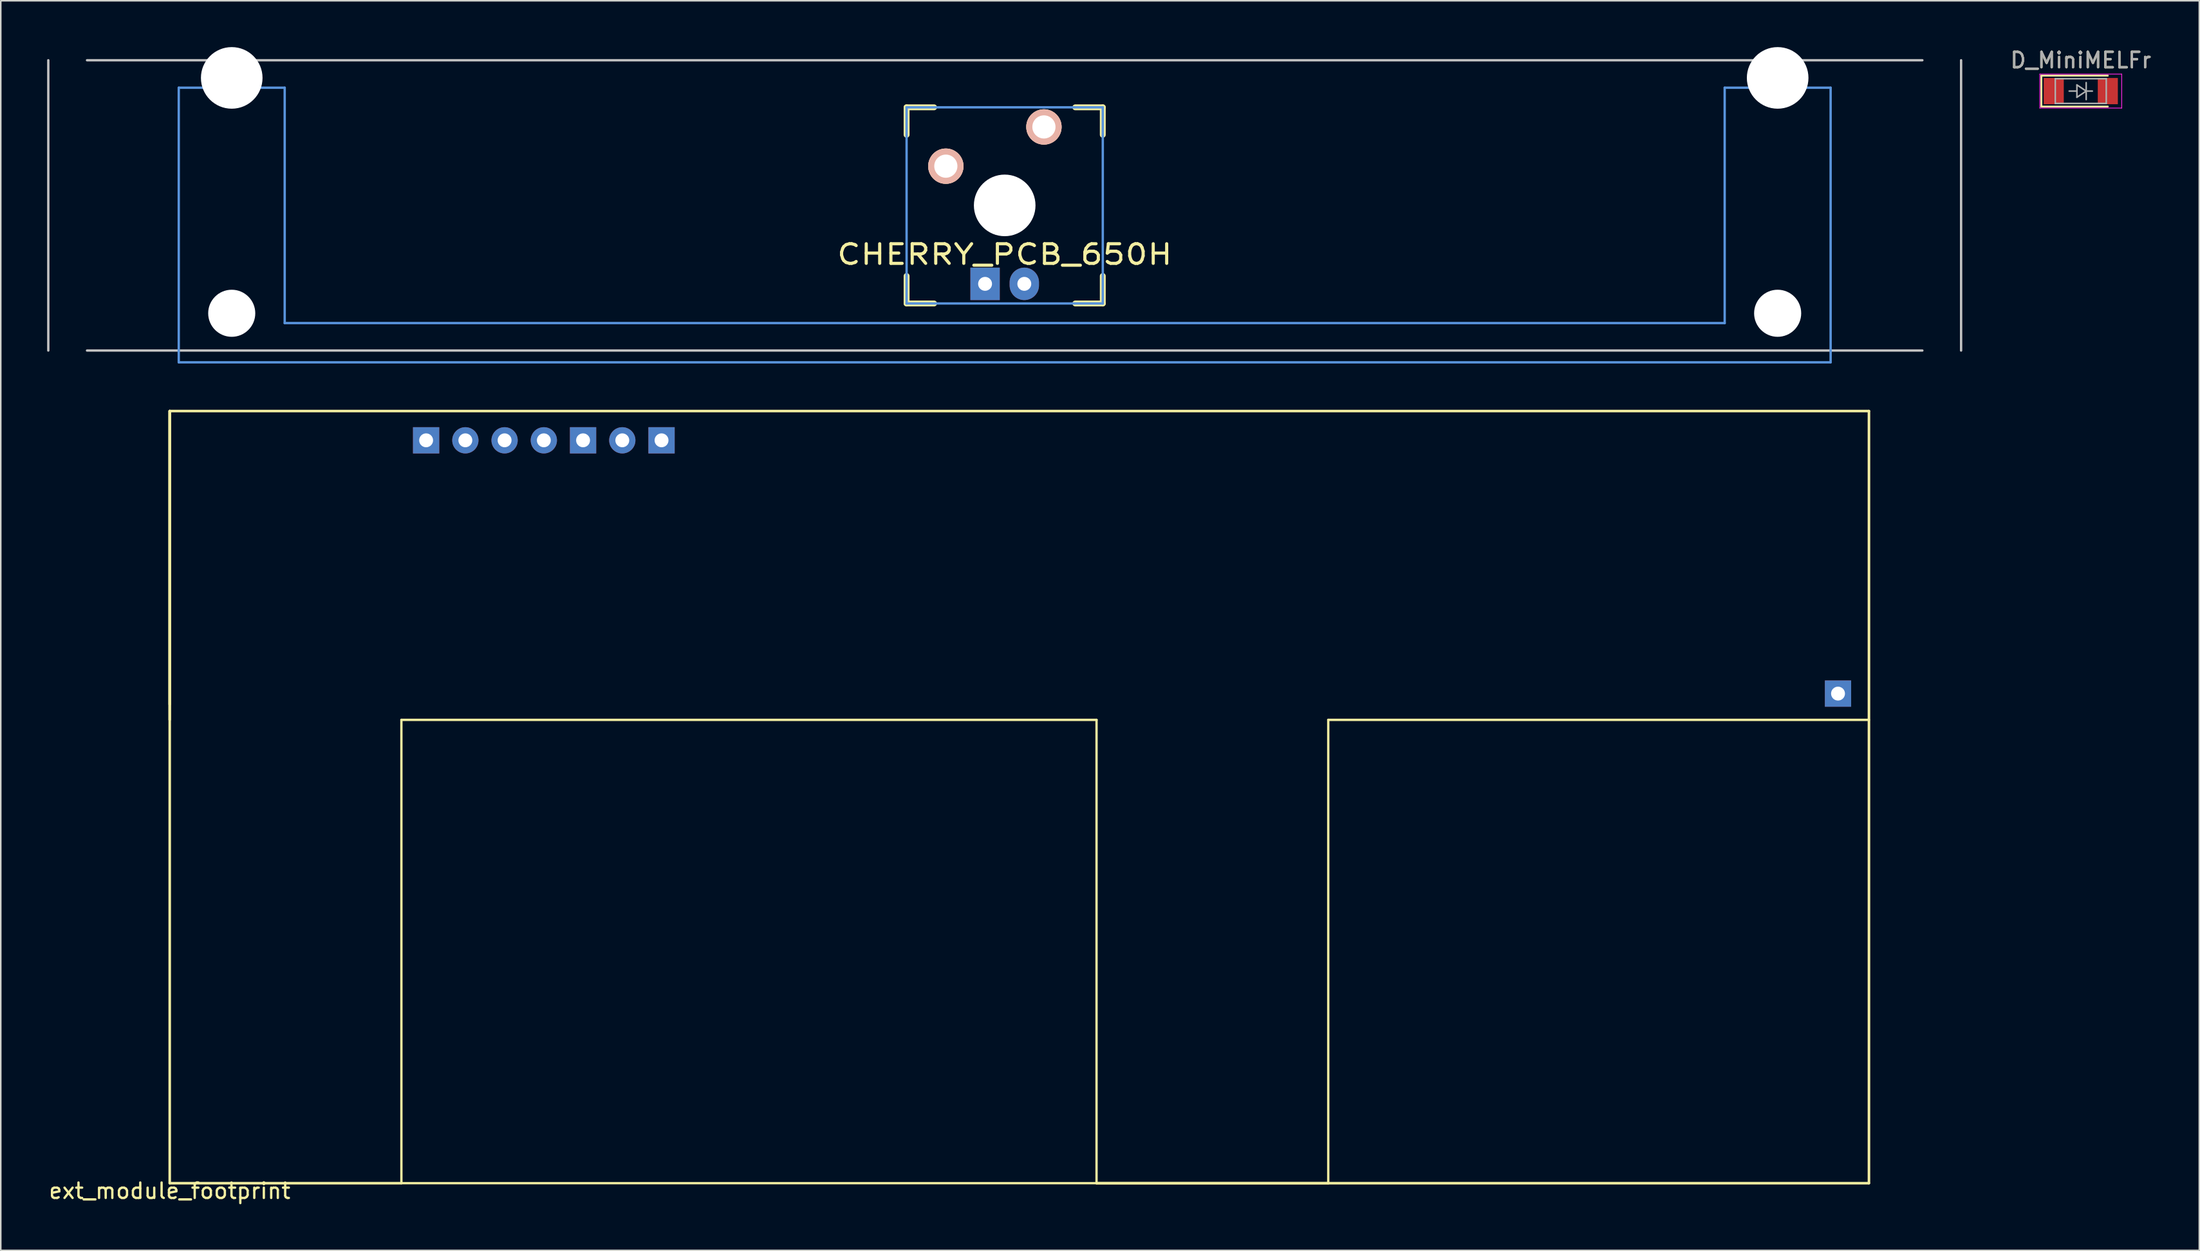
<source format=kicad_pcb>
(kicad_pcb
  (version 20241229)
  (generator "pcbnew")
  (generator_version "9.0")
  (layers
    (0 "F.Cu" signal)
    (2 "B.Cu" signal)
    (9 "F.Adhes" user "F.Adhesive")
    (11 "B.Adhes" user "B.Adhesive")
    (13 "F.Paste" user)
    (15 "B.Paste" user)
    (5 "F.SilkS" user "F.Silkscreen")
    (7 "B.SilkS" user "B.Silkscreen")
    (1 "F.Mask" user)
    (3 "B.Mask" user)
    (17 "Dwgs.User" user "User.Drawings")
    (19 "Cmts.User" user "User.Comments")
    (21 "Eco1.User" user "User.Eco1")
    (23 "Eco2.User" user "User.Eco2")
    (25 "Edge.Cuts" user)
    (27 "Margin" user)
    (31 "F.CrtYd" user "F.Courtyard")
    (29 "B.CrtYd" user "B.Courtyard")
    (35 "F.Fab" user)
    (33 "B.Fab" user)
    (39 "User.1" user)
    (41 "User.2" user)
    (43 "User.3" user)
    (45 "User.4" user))
  (footprint "D_MiniMELFr"
    (layer "F.Cu")
    (at 131.65 2.848)
    (property "Reference" "D_MiniMELFr" (at 0 -2 0) (layer "F.SilkS") (effects (font (size 1 1) (thickness 0.15))))
    (attr smd)
    (fp_line (start -2.55 -1) (end -2.55 1) (stroke (width 0.12) (type solid)) (layer "F.SilkS"))
    (fp_line (start -2.55 1) (end 1.75 1) (stroke (width 0.12) (type solid)) (layer "F.SilkS"))
    (fp_line (start 1.75 -1) (end -2.55 -1) (stroke (width 0.12) (type solid)) (layer "F.SilkS"))
    (fp_line (start -2.65 -1.1) (end 2.65 -1.1) (stroke (width 0.05) (type solid)) (layer "F.CrtYd"))
    (fp_line (start -2.65 1.1) (end -2.65 -1.1) (stroke (width 0.05) (type solid)) (layer "F.CrtYd"))
    (fp_line (start 2.65 -1.1) (end 2.65 1.1) (stroke (width 0.05) (type solid)) (layer "F.CrtYd"))
    (fp_line (start 2.65 1.1) (end -2.65 1.1) (stroke (width 0.05) (type solid)) (layer "F.CrtYd"))
    (fp_line (start -1.65 -0.8) (end 1.65 -0.8) (stroke (width 0.1) (type solid)) (layer "F.Fab"))
    (fp_line (start -1.65 0.8) (end -1.65 -0.8) (stroke (width 0.1) (type solid)) (layer "F.Fab"))
    (fp_line (start -0.25 -0.4) (end 0.35 0) (stroke (width 0.1) (type solid)) (layer "F.Fab"))
    (fp_line (start -0.25 0) (end -0.75 0) (stroke (width 0.1) (type solid)) (layer "F.Fab"))
    (fp_line (start -0.25 0.4) (end -0.25 -0.4) (stroke (width 0.1) (type solid)) (layer "F.Fab"))
    (fp_line (start 0.35 0) (end -0.25 0.4) (stroke (width 0.1) (type solid)) (layer "F.Fab"))
    (fp_line (start 0.35 0) (end 0.35 -0.55) (stroke (width 0.1) (type solid)) (layer "F.Fab"))
    (fp_line (start 0.35 0) (end 0.35 0.55) (stroke (width 0.1) (type solid)) (layer "F.Fab"))
    (fp_line (start 0.75 0) (end 0.35 0) (stroke (width 0.1) (type solid)) (layer "F.Fab"))
    (fp_line (start 1.65 -0.8) (end 1.65 0.8) (stroke (width 0.1) (type solid)) (layer "F.Fab"))
    (fp_line (start 1.65 0.8) (end -1.65 0.8) (stroke (width 0.1) (type solid)) (layer "F.Fab"))
    (fp_text user "${REFERENCE}" (at 0 -2 0) (layer "F.Fab") (effects (font (size 1 1) (thickness 0.15))))
    (pad "1" smd rect (at -1.75 0) (size 1.3 1.7) (layers "F.Cu" "F.Mask" "F.Paste"))
    (pad "2" smd rect (at 1.75 0) (size 1.3 1.7) (layers "F.Cu" "F.Mask" "F.Paste")))
  (footprint "CHERRY_PCB_650H"
    (layer "F.Cu")
    (at 61.989 10.249)
    (property "Reference" "CHERRY_PCB_650H" (at 0 3.175 0) (layer "F.SilkS") (effects (font (size 1.27 1.524) (thickness 0.203))))
    (attr through_hole)
    (fp_line (start -6.35 -6.35) (end -4.572 -6.35) (stroke (width 0.381) (type solid)) (layer "F.SilkS"))
    (fp_line (start -6.35 -4.572) (end -6.35 -6.35) (stroke (width 0.381) (type solid)) (layer "F.SilkS"))
    (fp_line (start -6.35 6.35) (end -6.35 4.572) (stroke (width 0.381) (type solid)) (layer "F.SilkS"))
    (fp_line (start -4.572 6.35) (end -6.35 6.35) (stroke (width 0.381) (type solid)) (layer "F.SilkS"))
    (fp_line (start 4.572 -6.35) (end 6.35 -6.35) (stroke (width 0.381) (type solid)) (layer "F.SilkS"))
    (fp_line (start 6.35 -6.35) (end 6.35 -4.572) (stroke (width 0.381) (type solid)) (layer "F.SilkS"))
    (fp_line (start 6.35 4.572) (end 6.35 6.35) (stroke (width 0.381) (type solid)) (layer "F.SilkS"))
    (fp_line (start 6.35 6.35) (end 4.572 6.35) (stroke (width 0.381) (type solid)) (layer "F.SilkS"))
    (fp_line (start -61.913 9.398) (end -61.913 -9.398) (stroke (width 0.152) (type solid)) (layer "Dwgs.User"))
    (fp_line (start -59.406 -9.398) (end 59.406 -9.398) (stroke (width 0.152) (type solid)) (layer "Dwgs.User"))
    (fp_line (start 59.406 9.398) (end -59.406 9.398) (stroke (width 0.152) (type solid)) (layer "Dwgs.User"))
    (fp_line (start 61.913 -9.398) (end 61.913 9.398) (stroke (width 0.152) (type solid)) (layer "Dwgs.User"))
    (fp_line (start -53.467 -7.62) (end -53.467 10.16) (stroke (width 0.152) (type solid)) (layer "Cmts.User"))
    (fp_line (start -53.467 10.16) (end 53.467 10.16) (stroke (width 0.152) (type solid)) (layer "Cmts.User"))
    (fp_line (start -46.609 -7.62) (end -53.467 -7.62) (stroke (width 0.152) (type solid)) (layer "Cmts.User"))
    (fp_line (start -46.609 7.62) (end -46.609 -7.62) (stroke (width 0.152) (type solid)) (layer "Cmts.User"))
    (fp_line (start -6.35 -6.35) (end 6.35 -6.35) (stroke (width 0.152) (type solid)) (layer "Cmts.User"))
    (fp_line (start -6.35 6.35) (end -6.35 -6.35) (stroke (width 0.152) (type solid)) (layer "Cmts.User"))
    (fp_line (start 6.35 -6.35) (end 6.35 6.35) (stroke (width 0.152) (type solid)) (layer "Cmts.User"))
    (fp_line (start 6.35 6.35) (end -6.35 6.35) (stroke (width 0.152) (type solid)) (layer "Cmts.User"))
    (fp_line (start 46.609 -7.62) (end 46.609 7.62) (stroke (width 0.152) (type solid)) (layer "Cmts.User"))
    (fp_line (start 46.609 7.62) (end -46.609 7.62) (stroke (width 0.152) (type solid)) (layer "Cmts.User"))
    (fp_line (start 53.467 -7.62) (end 46.609 -7.62) (stroke (width 0.152) (type solid)) (layer "Cmts.User"))
    (fp_line (start 53.467 10.16) (end 53.467 -7.62) (stroke (width 0.152) (type solid)) (layer "Cmts.User"))
    (fp_line (start -54.229 -2.286) (end -53.365 -2.286) (stroke (width 0.152) (type solid)) (layer "Eco2.User"))
    (fp_line (start -54.229 0.508) (end -54.229 -2.286) (stroke (width 0.152) (type solid)) (layer "Eco2.User"))
    (fp_line (start -53.365 -5.69) (end -46.711 -5.69) (stroke (width 0.152) (type solid)) (layer "Eco2.User"))
    (fp_line (start -53.365 -2.286) (end -53.365 -5.69) (stroke (width 0.152) (type solid)) (layer "Eco2.User"))
    (fp_line (start -53.365 0.508) (end -54.229 0.508) (stroke (width 0.152) (type solid)) (layer "Eco2.User"))
    (fp_line (start -53.365 6.604) (end -53.365 0.508) (stroke (width 0.152) (type solid)) (layer "Eco2.User"))
    (fp_line (start -52.324 6.604) (end -53.365 6.604) (stroke (width 0.152) (type solid)) (layer "Eco2.User"))
    (fp_line (start -52.324 7.772) (end -52.324 6.604) (stroke (width 0.152) (type solid)) (layer "Eco2.User"))
    (fp_line (start -47.752 6.604) (end -47.752 7.772) (stroke (width 0.152) (type solid)) (layer "Eco2.User"))
    (fp_line (start -47.752 7.772) (end -52.324 7.772) (stroke (width 0.152) (type solid)) (layer "Eco2.User"))
    (fp_line (start -46.711 -5.69) (end -46.711 -2.286) (stroke (width 0.152) (type solid)) (layer "Eco2.User"))
    (fp_line (start -46.711 -2.286) (end -6.985 -2.286) (stroke (width 0.152) (type solid)) (layer "Eco2.User"))
    (fp_line (start -46.711 2.286) (end -46.711 6.604) (stroke (width 0.152) (type solid)) (layer "Eco2.User"))
    (fp_line (start -46.711 6.604) (end -47.752 6.604) (stroke (width 0.152) (type solid)) (layer "Eco2.User"))
    (fp_line (start -6.985 -6.985) (end 6.985 -6.985) (stroke (width 0.152) (type solid)) (layer "Eco2.User"))
    (fp_line (start -6.985 -2.286) (end -6.985 -6.985) (stroke (width 0.152) (type solid)) (layer "Eco2.User"))
    (fp_line (start -6.985 2.286) (end -46.711 2.286) (stroke (width 0.152) (type solid)) (layer "Eco2.User"))
    (fp_line (start -6.985 6.985) (end -6.985 2.286) (stroke (width 0.152) (type solid)) (layer "Eco2.User"))
    (fp_line (start 6.985 -6.985) (end 6.985 -2.286) (stroke (width 0.152) (type solid)) (layer "Eco2.User"))
    (fp_line (start 6.985 -2.286) (end 46.711 -2.286) (stroke (width 0.152) (type solid)) (layer "Eco2.User"))
    (fp_line (start 6.985 2.286) (end 6.985 6.985) (stroke (width 0.152) (type solid)) (layer "Eco2.User"))
    (fp_line (start 6.985 6.985) (end -6.985 6.985) (stroke (width 0.152) (type solid)) (layer "Eco2.User"))
    (fp_line (start 46.711 -5.69) (end 53.365 -5.69) (stroke (width 0.152) (type solid)) (layer "Eco2.User"))
    (fp_line (start 46.711 -2.286) (end 46.711 -5.69) (stroke (width 0.152) (type solid)) (layer "Eco2.User"))
    (fp_line (start 46.711 2.286) (end 6.985 2.286) (stroke (width 0.152) (type solid)) (layer "Eco2.User"))
    (fp_line (start 46.711 6.604) (end 46.711 2.286) (stroke (width 0.152) (type solid)) (layer "Eco2.User"))
    (fp_line (start 47.752 6.604) (end 46.711 6.604) (stroke (width 0.152) (type solid)) (layer "Eco2.User"))
    (fp_line (start 47.752 7.772) (end 47.752 6.604) (stroke (width 0.152) (type solid)) (layer "Eco2.User"))
    (fp_line (start 52.324 6.604) (end 52.324 7.772) (stroke (width 0.152) (type solid)) (layer "Eco2.User"))
    (fp_line (start 52.324 7.772) (end 47.752 7.772) (stroke (width 0.152) (type solid)) (layer "Eco2.User"))
    (fp_line (start 53.365 -5.69) (end 53.365 -2.286) (stroke (width 0.152) (type solid)) (layer "Eco2.User"))
    (fp_line (start 53.365 -2.286) (end 54.229 -2.286) (stroke (width 0.152) (type solid)) (layer "Eco2.User"))
    (fp_line (start 53.365 0.508) (end 53.365 6.604) (stroke (width 0.152) (type solid)) (layer "Eco2.User"))
    (fp_line (start 53.365 6.604) (end 52.324 6.604) (stroke (width 0.152) (type solid)) (layer "Eco2.User"))
    (fp_line (start 54.229 -2.286) (end 54.229 0.508) (stroke (width 0.152) (type solid)) (layer "Eco2.User"))
    (fp_line (start 54.229 0.508) (end 53.365 0.508) (stroke (width 0.152) (type solid)) (layer "Eco2.User"))
    (pad "" np_thru_hole circle (at -50.038 -8.255) (size 3.988 3.988) (drill 3.988) (layers "*.Cu"))
    (pad "" np_thru_hole circle (at -50.038 6.985) (size 3.048 3.048) (drill 3.048) (layers "*.Cu"))
    (pad "" np_thru_hole circle (at 0 0) (size 3.988 3.988) (drill 3.988) (layers "*.Cu"))
    (pad "" np_thru_hole circle (at 50.038 -8.255) (size 3.988 3.988) (drill 3.988) (layers "*.Cu"))
    (pad "" np_thru_hole circle (at 50.038 6.985) (size 3.048 3.048) (drill 3.048) (layers "*.Cu"))
    (pad "1" thru_hole circle (at 2.54 -5.08) (size 2.286 2.286) (drill 1.499) (layers "*.Cu" "*.SilkS" "*.Mask"))
    (pad "2" thru_hole circle (at -3.81 -2.54) (size 2.286 2.286) (drill 1.499) (layers "*.Cu" "*.SilkS" "*.Mask"))
    (pad "3" thru_hole oval (at 1.27 5.08) (size 1.9 2.1) (drill 0.9) (layers "*.Cu" "*.Mask"))
    (pad "4" thru_hole rect (at -1.27 5.08) (size 1.9 2.1) (drill 0.9) (layers "*.Cu" "*.Mask")))
  (footprint "ext_module_footprint"
    (layer "F.Cu")
    (at 7.935 73.56)
    (property "Reference" "ext_module_footprint" (at 0 0.5 0) (layer "F.SilkS") (effects (font (size 1 1) (thickness 0.15))))
    (attr through_hole)
    (fp_line (start 0 -50) (end 110 -50) (stroke (width 0.15) (type solid)) (layer "F.Mask"))
    (fp_line (start 0 -30) (end 0 -50) (stroke (width 0.15) (type solid)) (layer "F.Mask"))
    (fp_line (start 0 -30) (end 110 -30) (stroke (width 0.15) (type solid)) (layer "F.Mask"))
    (fp_line (start 0 0) (end 0 -30) (stroke (width 0.15) (type solid)) (layer "F.Mask"))
    (fp_line (start 0 0) (end 15 0) (stroke (width 0.15) (type solid)) (layer "F.Mask"))
    (fp_line (start 0 0) (end 60 0) (stroke (width 0.15) (type solid)) (layer "F.Mask"))
    (fp_line (start 15 0) (end 15 -50) (stroke (width 0.15) (type solid)) (layer "F.Mask"))
    (fp_line (start 60 0) (end 60 -50) (stroke (width 0.15) (type solid)) (layer "F.Mask"))
    (fp_line (start 110 -50) (end 110 -30) (stroke (width 0.15) (type solid)) (layer "F.Mask"))
    (fp_line (start 110 -30) (end 110 0) (stroke (width 0.15) (type solid)) (layer "F.Mask"))
    (fp_line (start 110 0) (end 60 0) (stroke (width 0.15) (type solid)) (layer "F.Mask"))
    (fp_line (start 0 -50) (end 0 -31) (stroke (width 0.15) (type solid)) (layer "F.SilkS"))
    (fp_line (start 0 -50) (end 0 -30) (stroke (width 0.15) (type solid)) (layer "F.SilkS"))
    (fp_line (start 0 -50) (end 0 0) (stroke (width 0.15) (type solid)) (layer "F.SilkS"))
    (fp_line (start 0 -31) (end 0 -50) (stroke (width 0.15) (type solid)) (layer "F.SilkS"))
    (fp_line (start 0 -30) (end 0 -50) (stroke (width 0.15) (type solid)) (layer "F.SilkS"))
    (fp_line (start 0 0) (end 0 -50) (stroke (width 0.15) (type solid)) (layer "F.SilkS"))
    (fp_line (start 0 0) (end 15 0) (stroke (width 0.15) (type solid)) (layer "F.SilkS"))
    (fp_line (start 0 0) (end 110 0) (stroke (width 0.15) (type solid)) (layer "F.SilkS"))
    (fp_line (start 15 -30) (end 60 -30) (stroke (width 0.15) (type solid)) (layer "F.SilkS"))
    (fp_line (start 15 0) (end 15 -30) (stroke (width 0.15) (type solid)) (layer "F.SilkS"))
    (fp_line (start 60 -30) (end 60 0) (stroke (width 0.15) (type solid)) (layer "F.SilkS"))
    (fp_line (start 60 0) (end 75 0) (stroke (width 0.15) (type solid)) (layer "F.SilkS"))
    (fp_line (start 60 0) (end 110 0) (stroke (width 0.15) (type solid)) (layer "F.SilkS"))
    (fp_line (start 75 -30) (end 110 -30) (stroke (width 0.15) (type solid)) (layer "F.SilkS"))
    (fp_line (start 75 0) (end 75 -30) (stroke (width 0.15) (type solid)) (layer "F.SilkS"))
    (fp_line (start 110 -50) (end 0 -50) (stroke (width 0.15) (type solid)) (layer "F.SilkS"))
    (fp_line (start 110 -50) (end 0 -50) (stroke (width 0.15) (type solid)) (layer "F.SilkS"))
    (fp_line (start 110 0) (end 110 -50) (stroke (width 0.15) (type solid)) (layer "F.SilkS"))
    (fp_line (start 110 0) (end 110 -50) (stroke (width 0.15) (type solid)) (layer "F.SilkS"))
    (pad "1" thru_hole rect (at 16.6 -48.1) (size 1.7 1.7) (drill 0.9) (layers "*.Cu" "*.Mask"))
    (pad "2" thru_hole circle (at 19.14 -48.1) (size 1.7 1.7) (drill 0.9) (layers "*.Cu" "*.Mask"))
    (pad "3" thru_hole circle (at 21.68 -48.1) (size 1.7 1.7) (drill 0.9) (layers "*.Cu" "*.Mask"))
    (pad "4" thru_hole circle (at 24.22 -48.1) (size 1.7 1.7) (drill 0.9) (layers "*.Cu" "*.Mask"))
    (pad "5" thru_hole rect (at 26.76 -48.1) (size 1.7 1.7) (drill 0.9) (layers "*.Cu" "*.Mask"))
    (pad "6" thru_hole circle (at 29.3 -48.1) (size 1.7 1.7) (drill 0.9) (layers "*.Cu" "*.Mask"))
    (pad "7" thru_hole rect (at 31.84 -48.1) (size 1.7 1.7) (drill 0.9) (layers "*.Cu" "*.Mask"))
    (pad "8" thru_hole rect (at 108 -31.7) (size 1.7 1.7) (drill 0.9) (layers "*.Cu" "*.Mask")))
  (gr_rect
    (start -3 -3)
    (end 139.323 77.908)
    (stroke (width 0.1) (type default))
    (fill no)
    (layer "Edge.Cuts")))
</source>
